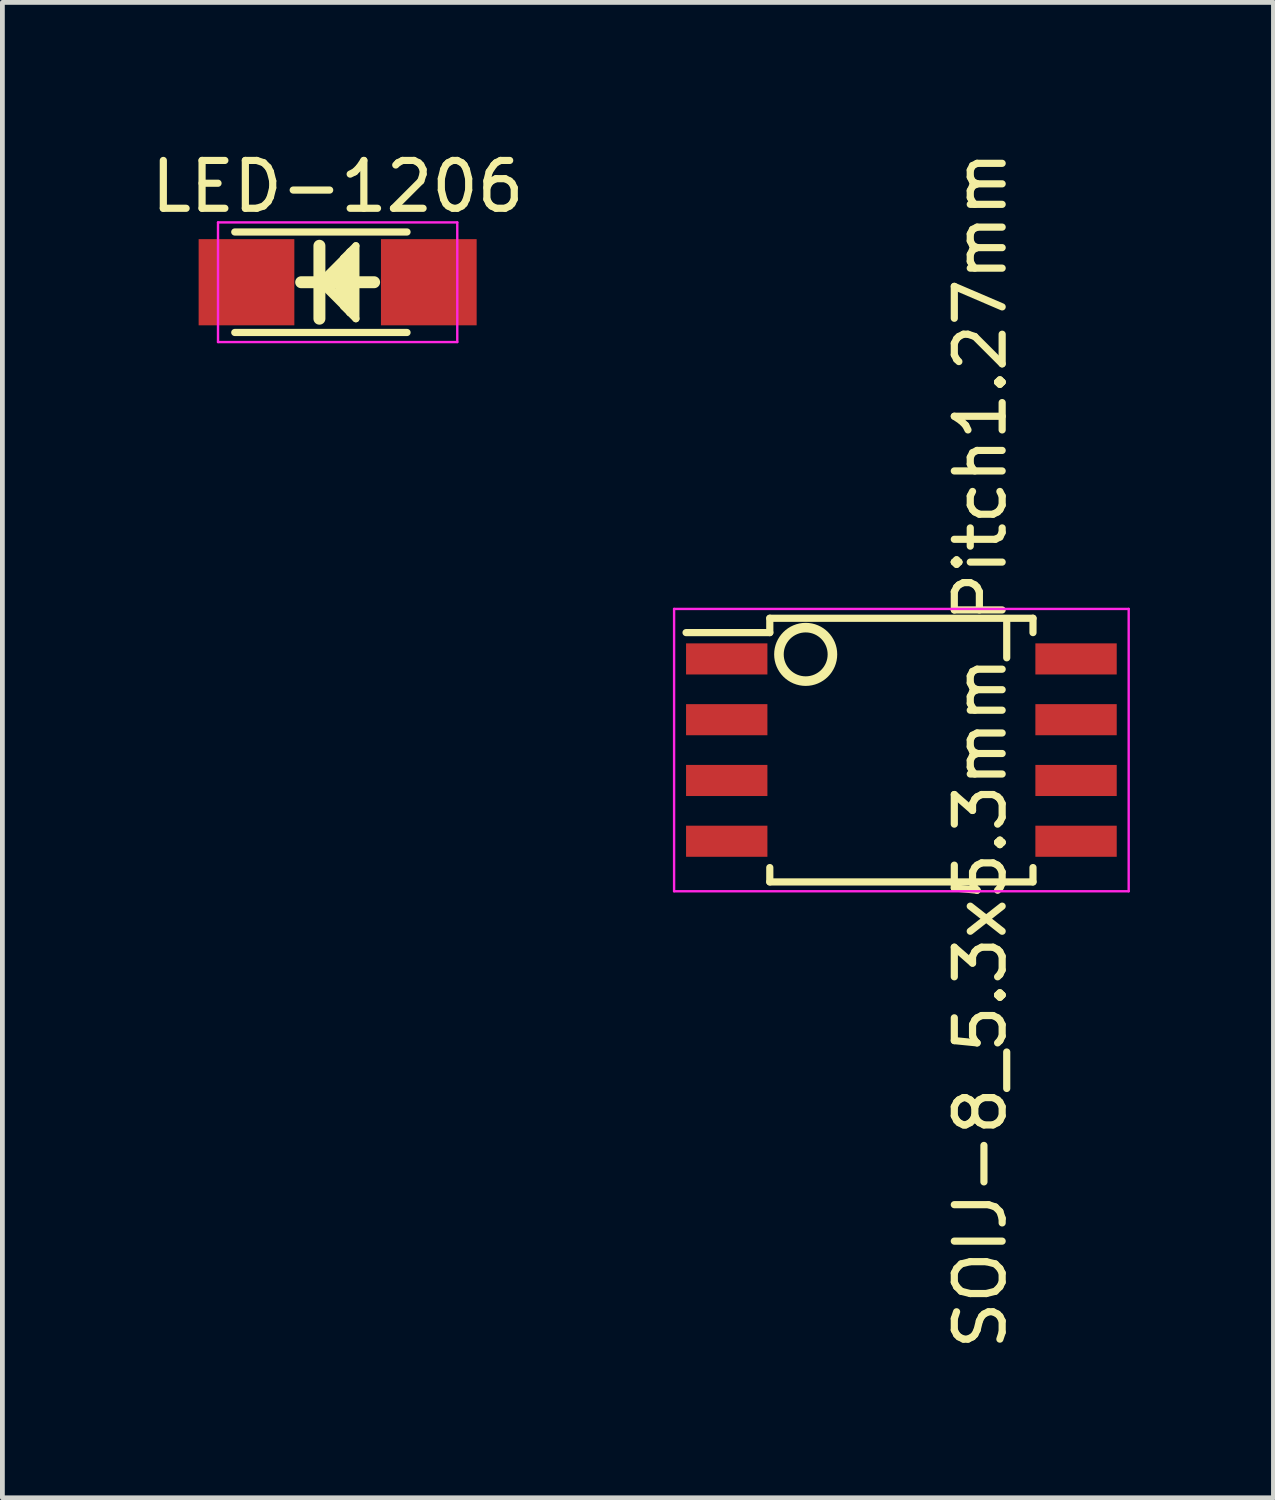
<source format=kicad_pcb>
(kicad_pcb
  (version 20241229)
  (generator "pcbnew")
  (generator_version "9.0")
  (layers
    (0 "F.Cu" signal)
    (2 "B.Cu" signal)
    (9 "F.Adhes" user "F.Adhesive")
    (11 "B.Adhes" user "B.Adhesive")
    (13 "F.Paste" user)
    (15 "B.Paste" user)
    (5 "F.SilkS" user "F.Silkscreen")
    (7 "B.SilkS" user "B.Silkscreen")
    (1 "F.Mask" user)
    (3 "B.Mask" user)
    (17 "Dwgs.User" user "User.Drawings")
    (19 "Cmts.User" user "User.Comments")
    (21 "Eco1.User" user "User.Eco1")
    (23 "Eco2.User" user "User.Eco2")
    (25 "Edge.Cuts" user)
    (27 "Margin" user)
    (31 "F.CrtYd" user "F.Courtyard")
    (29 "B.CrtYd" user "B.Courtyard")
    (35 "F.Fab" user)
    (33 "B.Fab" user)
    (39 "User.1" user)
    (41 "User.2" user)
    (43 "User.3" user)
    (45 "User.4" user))
  (footprint "SOIJ-8_5.3x5.3mm_Pitch1.27mm"
    (layer "F.Cu")
    (at 15.787 12.625)
    (property "Reference" "SOIJ-8_5.3x5.3mm_Pitch1.27mm" (at 1.651 0 90) (layer "F.SilkS") (effects (font (size 1 1) (thickness 0.15))))
    (attr smd)
    (fp_line (start -2.75 -2.755) (end -2.75 -2.455) (stroke (width 0.15) (type solid)) (layer "F.SilkS"))
    (fp_line (start -2.75 -2.755) (end 2.75 -2.755) (stroke (width 0.15) (type solid)) (layer "F.SilkS"))
    (fp_line (start -2.75 -2.455) (end -4.5 -2.455) (stroke (width 0.15) (type solid)) (layer "F.SilkS"))
    (fp_line (start -2.75 2.755) (end -2.75 2.455) (stroke (width 0.15) (type solid)) (layer "F.SilkS"))
    (fp_line (start -2.75 2.755) (end 2.75 2.755) (stroke (width 0.15) (type solid)) (layer "F.SilkS"))
    (fp_line (start 2.75 -2.755) (end 2.75 -2.455) (stroke (width 0.15) (type solid)) (layer "F.SilkS"))
    (fp_line (start 2.75 2.755) (end 2.75 2.455) (stroke (width 0.15) (type solid)) (layer "F.SilkS"))
    (fp_circle (center -2 -2) (end -2.25 -2.5) (stroke (width 0.2) (type solid)) (fill no) (layer "F.SilkS"))
    (fp_line (start -4.75 -2.95) (end -4.75 2.95) (stroke (width 0.05) (type solid)) (layer "F.CrtYd"))
    (fp_line (start -4.75 -2.95) (end 4.75 -2.95) (stroke (width 0.05) (type solid)) (layer "F.CrtYd"))
    (fp_line (start -4.75 2.95) (end 4.75 2.95) (stroke (width 0.05) (type solid)) (layer "F.CrtYd"))
    (fp_line (start 4.75 -2.95) (end 4.75 2.95) (stroke (width 0.05) (type solid)) (layer "F.CrtYd"))
    (pad "1" smd rect (at -3.65 -1.905) (size 1.7 0.65) (layers "F.Cu" "F.Mask" "F.Paste"))
    (pad "2" smd rect (at -3.65 -0.635) (size 1.7 0.65) (layers "F.Cu" "F.Mask" "F.Paste"))
    (pad "3" smd rect (at -3.65 0.635) (size 1.7 0.65) (layers "F.Cu" "F.Mask" "F.Paste"))
    (pad "4" smd rect (at -3.65 1.905) (size 1.7 0.65) (layers "F.Cu" "F.Mask" "F.Paste"))
    (pad "5" smd rect (at 3.65 1.905) (size 1.7 0.65) (layers "F.Cu" "F.Mask" "F.Paste"))
    (pad "6" smd rect (at 3.65 0.635) (size 1.7 0.65) (layers "F.Cu" "F.Mask" "F.Paste"))
    (pad "7" smd rect (at 3.65 -0.635) (size 1.7 0.65) (layers "F.Cu" "F.Mask" "F.Paste"))
    (pad "8" smd rect (at 3.65 -1.905) (size 1.7 0.65) (layers "F.Cu" "F.Mask" "F.Paste")))
  (footprint "LED-1206"
    (layer "F.Cu")
    (at 4.006 2.848)
    (property "Reference" "LED-1206" (at 0 -2 0) (layer "F.SilkS") (effects (font (size 1 1) (thickness 0.15))))
    (attr smd)
    (fp_line (start -2.15 -1.05) (end 1.45 -1.05) (stroke (width 0.15) (type solid)) (layer "F.SilkS"))
    (fp_line (start -2.15 1.05) (end 1.45 1.05) (stroke (width 0.15) (type solid)) (layer "F.SilkS"))
    (fp_line (start -0.762 0) (end 0.762 0) (stroke (width 0.25) (type solid)) (layer "F.SilkS"))
    (fp_line (start -0.635 0) (end -0.508 0) (stroke (width 0.15) (type solid)) (layer "F.SilkS"))
    (fp_line (start -0.381 -0.762) (end -0.381 0.762) (stroke (width 0.25) (type solid)) (layer "F.SilkS"))
    (fp_line (start -0.373 0) (end 0.127 -0.5) (stroke (width 0.15) (type solid)) (layer "F.SilkS"))
    (fp_line (start -0.273 0) (end -0.073 -0.2) (stroke (width 0.15) (type solid)) (layer "F.SilkS"))
    (fp_line (start -0.073 -0.2) (end -0.073 0.05) (stroke (width 0.15) (type solid)) (layer "F.SilkS"))
    (fp_line (start -0.073 0.05) (end -0.123 0) (stroke (width 0.15) (type solid)) (layer "F.SilkS"))
    (fp_line (start 0.027 -0.3) (end 0.027 0.3) (stroke (width 0.15) (type solid)) (layer "F.SilkS"))
    (fp_line (start 0.027 0.3) (end -0.273 0) (stroke (width 0.15) (type solid)) (layer "F.SilkS"))
    (fp_line (start 0.127 -0.508) (end 0.254 -0.635) (stroke (width 0.15) (type solid)) (layer "F.SilkS"))
    (fp_line (start 0.127 -0.5) (end 0.127 0.5) (stroke (width 0.15) (type solid)) (layer "F.SilkS"))
    (fp_line (start 0.127 0) (end 0.627 0) (stroke (width 0.15) (type solid)) (layer "F.SilkS"))
    (fp_line (start 0.127 0.5) (end -0.373 0) (stroke (width 0.15) (type solid)) (layer "F.SilkS"))
    (fp_line (start 0.127 0.508) (end 0.254 0.635) (stroke (width 0.15) (type solid)) (layer "F.SilkS"))
    (fp_line (start 0.254 -0.635) (end 0.254 0.508) (stroke (width 0.15) (type solid)) (layer "F.SilkS"))
    (fp_line (start 0.254 -0.635) (end 0.381 -0.762) (stroke (width 0.15) (type solid)) (layer "F.SilkS"))
    (fp_line (start 0.254 0.508) (end 0.254 0.635) (stroke (width 0.15) (type solid)) (layer "F.SilkS"))
    (fp_line (start 0.254 0.635) (end 0.381 0.762) (stroke (width 0.15) (type solid)) (layer "F.SilkS"))
    (fp_line (start 0.381 -0.762) (end 0.381 0.762) (stroke (width 0.15) (type solid)) (layer "F.SilkS"))
    (fp_line (start -2.5 -1.25) (end -2.5 1.25) (stroke (width 0.05) (type solid)) (layer "F.CrtYd"))
    (fp_line (start -2.5 1.25) (end 2.5 1.25) (stroke (width 0.05) (type solid)) (layer "F.CrtYd"))
    (fp_line (start 2.5 -1.25) (end -2.5 -1.25) (stroke (width 0.05) (type solid)) (layer "F.CrtYd"))
    (fp_line (start 2.5 1.25) (end 2.5 -1.25) (stroke (width 0.05) (type solid)) (layer "F.CrtYd"))
    (pad "1" smd rect (at -1.905 0 180) (size 2 1.801) (layers "F.Cu" "F.Mask" "F.Paste"))
    (pad "2" smd rect (at 1.905 0 180) (size 2 1.801) (layers "F.Cu" "F.Mask" "F.Paste")))
  (gr_rect
    (start -3 -3)
    (end 23.562 28.25)
    (stroke (width 0.1) (type default))
    (fill no)
    (layer "Edge.Cuts")))
</source>
